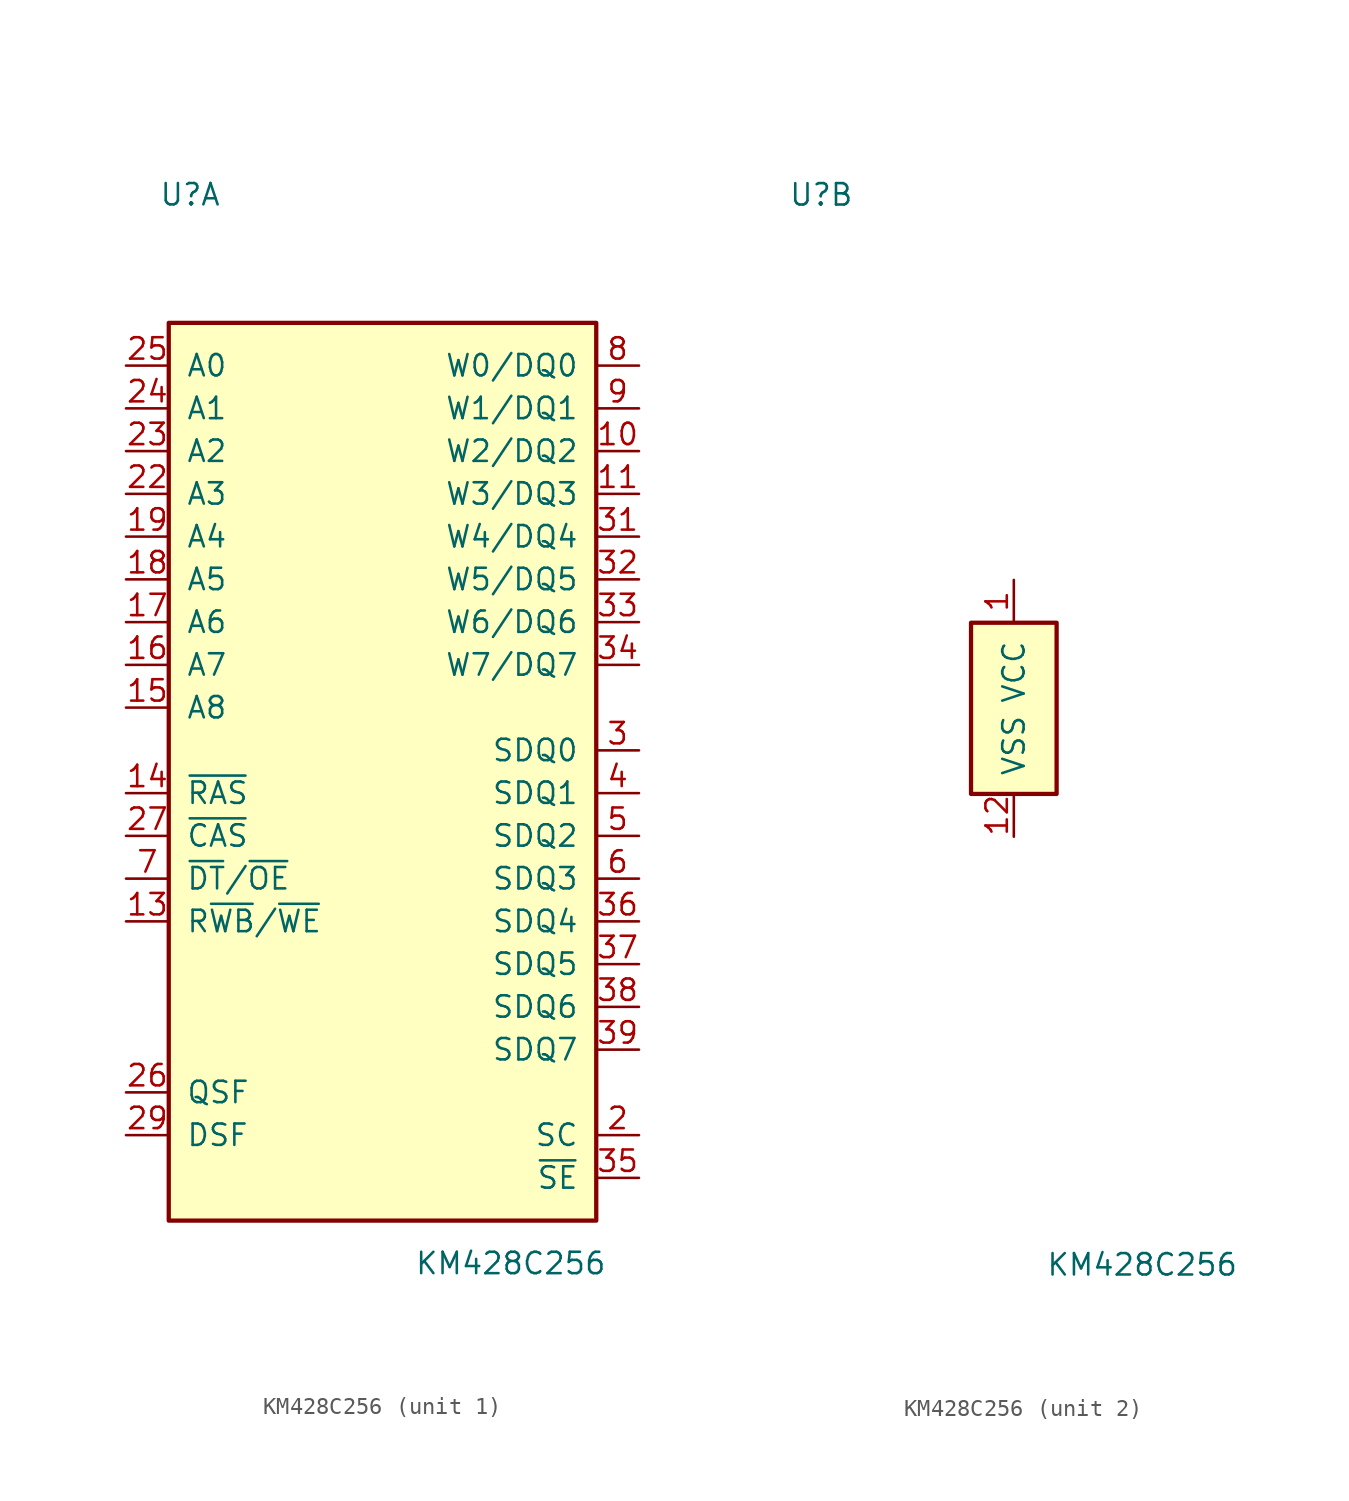
<source format=kicad_sym>
(kicad_symbol_lib
  (version 20211014)
  (generator kicad_symbol_editor)
  (symbol "KM428C256"
    (pin_names
      (offset 1.016))
    (property "Reference" "U"
      (at -11.43 30.48 0)
      (effects (font (size 1.27 1.27))))
    (property "Value" "KM428C256"
      (at 7.62 -33.02 0)
      (effects (font (size 1.27 1.27))))
    (property "ki_locked" ""
      (at 0 0 0)
      (effects (font (size 1.27 1.27))))
    (symbol "KM428C256_1_1"
      (rectangle (start -12.7 22.86) (end 12.7 -30.48) (stroke (width 0.254) (type default) (color 0 0 0 0)) (fill (type background)))
      (pin bidirectional line (at 15.24 15.24 180) (length 2.54) (name "W2/DQ2" (effects (font (size 1.27 1.27)))) (number "10" (effects (font (size 1.27 1.27)))))
      (pin bidirectional line (at 15.24 12.7 180) (length 2.54) (name "W3/DQ3" (effects (font (size 1.27 1.27)))) (number "11" (effects (font (size 1.27 1.27)))))
      (pin input line (at -15.24 -12.7 0) (length 2.54) (name "R~{WB}/~{WE}" (effects (font (size 1.27 1.27)))) (number "13" (effects (font (size 1.27 1.27)))))
      (pin input line (at -15.24 -5.08 0) (length 2.54) (name "~{RAS}" (effects (font (size 1.27 1.27)))) (number "14" (effects (font (size 1.27 1.27)))))
      (pin input line (at -15.24 0 0) (length 2.54) (name "A8" (effects (font (size 1.27 1.27)))) (number "15" (effects (font (size 1.27 1.27)))))
      (pin input line (at -15.24 2.54 0) (length 2.54) (name "A7" (effects (font (size 1.27 1.27)))) (number "16" (effects (font (size 1.27 1.27)))))
      (pin input line (at -15.24 5.08 0) (length 2.54) (name "A6" (effects (font (size 1.27 1.27)))) (number "17" (effects (font (size 1.27 1.27)))))
      (pin input line (at -15.24 7.62 0) (length 2.54) (name "A5" (effects (font (size 1.27 1.27)))) (number "18" (effects (font (size 1.27 1.27)))))
      (pin input line (at -15.24 10.16 0) (length 2.54) (name "A4" (effects (font (size 1.27 1.27)))) (number "19" (effects (font (size 1.27 1.27)))))
      (pin input line (at 15.24 -25.4 180) (length 2.54) (name "SC" (effects (font (size 1.27 1.27)))) (number "2" (effects (font (size 1.27 1.27)))))
      (pin input line (at -15.24 12.7 0) (length 2.54) (name "A3" (effects (font (size 1.27 1.27)))) (number "22" (effects (font (size 1.27 1.27)))))
      (pin input line (at -15.24 15.24 0) (length 2.54) (name "A2" (effects (font (size 1.27 1.27)))) (number "23" (effects (font (size 1.27 1.27)))))
      (pin input line (at -15.24 17.78 0) (length 2.54) (name "A1" (effects (font (size 1.27 1.27)))) (number "24" (effects (font (size 1.27 1.27)))))
      (pin input line (at -15.24 20.32 0) (length 2.54) (name "A0" (effects (font (size 1.27 1.27)))) (number "25" (effects (font (size 1.27 1.27)))))
      (pin input line (at -15.24 -22.86 0) (length 2.54) (name "QSF" (effects (font (size 1.27 1.27)))) (number "26" (effects (font (size 1.27 1.27)))))
      (pin input line (at -15.24 -7.62 0) (length 2.54) (name "~{CAS}" (effects (font (size 1.27 1.27)))) (number "27" (effects (font (size 1.27 1.27)))))
      (pin no_connect line (at 10.16 0 180) (length 2.54) hide (name "N/C" (effects (font (size 1.27 1.27)))) (number "28" (effects (font (size 1.27 1.27)))))
      (pin input line (at -15.24 -25.4 0) (length 2.54) (name "DSF" (effects (font (size 1.27 1.27)))) (number "29" (effects (font (size 1.27 1.27)))))
      (pin bidirectional line (at 15.24 -2.54 180) (length 2.54) (name "SDQ0" (effects (font (size 1.27 1.27)))) (number "3" (effects (font (size 1.27 1.27)))))
      (pin bidirectional line (at 15.24 10.16 180) (length 2.54) (name "W4/DQ4" (effects (font (size 1.27 1.27)))) (number "31" (effects (font (size 1.27 1.27)))))
      (pin bidirectional line (at 15.24 7.62 180) (length 2.54) (name "W5/DQ5" (effects (font (size 1.27 1.27)))) (number "32" (effects (font (size 1.27 1.27)))))
      (pin bidirectional line (at 15.24 5.08 180) (length 2.54) (name "W6/DQ6" (effects (font (size 1.27 1.27)))) (number "33" (effects (font (size 1.27 1.27)))))
      (pin bidirectional line (at 15.24 2.54 180) (length 2.54) (name "W7/DQ7" (effects (font (size 1.27 1.27)))) (number "34" (effects (font (size 1.27 1.27)))))
      (pin input line (at 15.24 -27.94 180) (length 2.54) (name "~{SE}" (effects (font (size 1.27 1.27)))) (number "35" (effects (font (size 1.27 1.27)))))
      (pin bidirectional line (at 15.24 -12.7 180) (length 2.54) (name "SDQ4" (effects (font (size 1.27 1.27)))) (number "36" (effects (font (size 1.27 1.27)))))
      (pin bidirectional line (at 15.24 -15.24 180) (length 2.54) (name "SDQ5" (effects (font (size 1.27 1.27)))) (number "37" (effects (font (size 1.27 1.27)))))
      (pin bidirectional line (at 15.24 -17.78 180) (length 2.54) (name "SDQ6" (effects (font (size 1.27 1.27)))) (number "38" (effects (font (size 1.27 1.27)))))
      (pin bidirectional line (at 15.24 -20.32 180) (length 2.54) (name "SDQ7" (effects (font (size 1.27 1.27)))) (number "39" (effects (font (size 1.27 1.27)))))
      (pin bidirectional line (at 15.24 -5.08 180) (length 2.54) (name "SDQ1" (effects (font (size 1.27 1.27)))) (number "4" (effects (font (size 1.27 1.27)))))
      (pin bidirectional line (at 15.24 -7.62 180) (length 2.54) (name "SDQ2" (effects (font (size 1.27 1.27)))) (number "5" (effects (font (size 1.27 1.27)))))
      (pin bidirectional line (at 15.24 -10.16 180) (length 2.54) (name "SDQ3" (effects (font (size 1.27 1.27)))) (number "6" (effects (font (size 1.27 1.27)))))
      (pin input line (at -15.24 -10.16 0) (length 2.54) (name "~{DT}/~{OE}" (effects (font (size 1.27 1.27)))) (number "7" (effects (font (size 1.27 1.27)))))
      (pin bidirectional line (at 15.24 20.32 180) (length 2.54) (name "W0/DQ0" (effects (font (size 1.27 1.27)))) (number "8" (effects (font (size 1.27 1.27)))))
      (pin bidirectional line (at 15.24 17.78 180) (length 2.54) (name "W1/DQ1" (effects (font (size 1.27 1.27)))) (number "9" (effects (font (size 1.27 1.27))))))
    (symbol "KM428C256_2_1"
      (rectangle (start -2.54 5.08) (end 2.54 -5.08) (stroke (width 0.254) (type default) (color 0 0 0 0)) (fill (type background)))
      (pin power_in line (at 0 7.62 270) (length 2.54) (name "VCC" (effects (font (size 1.27 1.27)))) (number "1" (effects (font (size 1.27 1.27)))))
      (pin power_in line (at 0 -7.62 90) (length 2.54) (name "VSS" (effects (font (size 1.27 1.27)))) (number "12" (effects (font (size 1.27 1.27)))))
      (pin passive line (at 0 7.62 270) (length 2.54) hide (name "VCC" (effects (font (size 1.27 1.27)))) (number "20" (effects (font (size 1.27 1.27)))))
      (pin passive line (at 0 -7.62 90) (length 2.54) hide (name "VSS" (effects (font (size 1.27 1.27)))) (number "21" (effects (font (size 1.27 1.27)))))
      (pin passive line (at 0 -7.62 90) (length 2.54) hide (name "VSS" (effects (font (size 1.27 1.27)))) (number "30" (effects (font (size 1.27 1.27)))))
      (pin passive line (at 0 -7.62 90) (length 2.54) hide (name "VSS" (effects (font (size 1.27 1.27)))) (number "40" (effects (font (size 1.27 1.27))))))))
</source>
